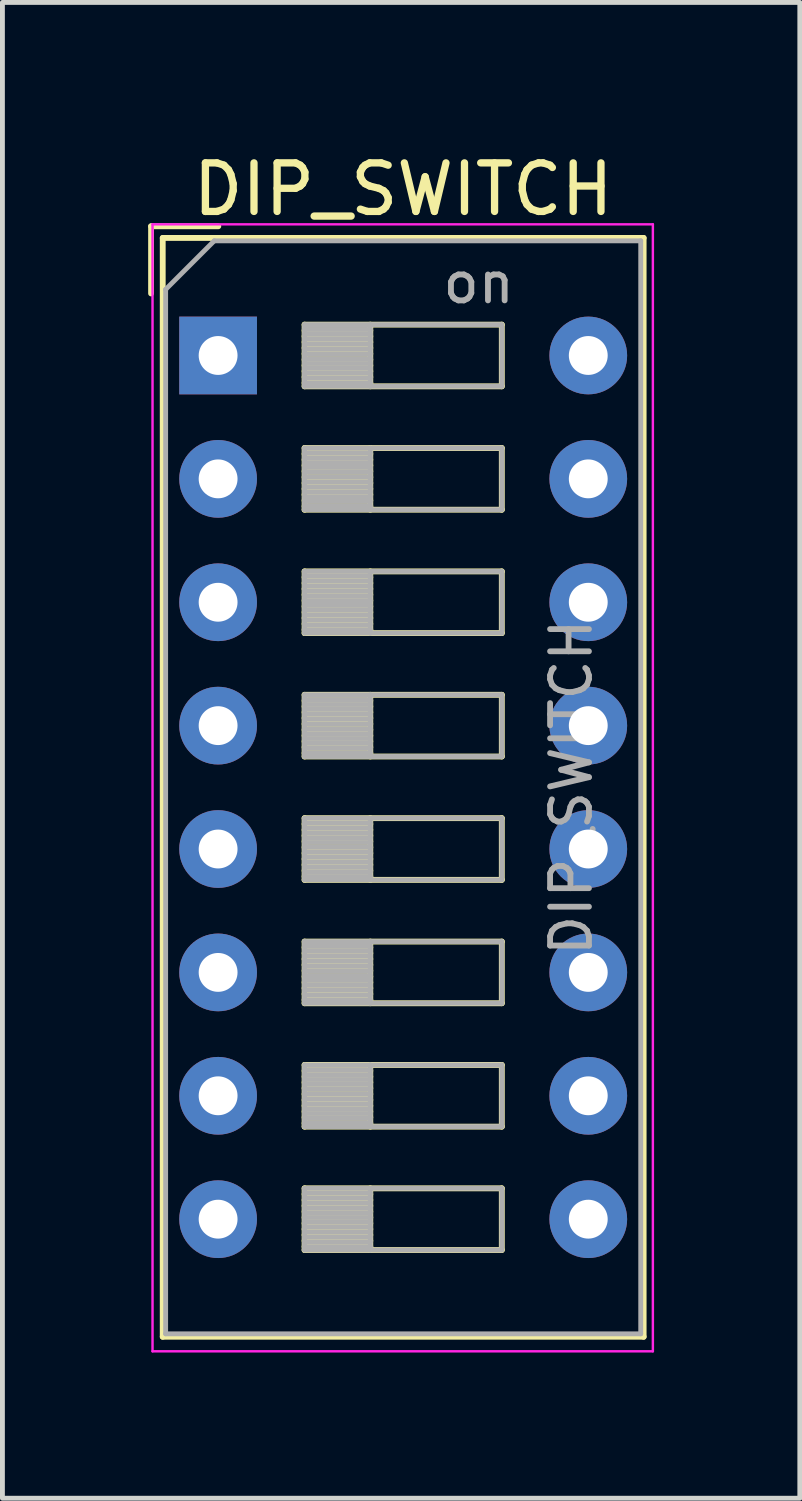
<source format=kicad_pcb>
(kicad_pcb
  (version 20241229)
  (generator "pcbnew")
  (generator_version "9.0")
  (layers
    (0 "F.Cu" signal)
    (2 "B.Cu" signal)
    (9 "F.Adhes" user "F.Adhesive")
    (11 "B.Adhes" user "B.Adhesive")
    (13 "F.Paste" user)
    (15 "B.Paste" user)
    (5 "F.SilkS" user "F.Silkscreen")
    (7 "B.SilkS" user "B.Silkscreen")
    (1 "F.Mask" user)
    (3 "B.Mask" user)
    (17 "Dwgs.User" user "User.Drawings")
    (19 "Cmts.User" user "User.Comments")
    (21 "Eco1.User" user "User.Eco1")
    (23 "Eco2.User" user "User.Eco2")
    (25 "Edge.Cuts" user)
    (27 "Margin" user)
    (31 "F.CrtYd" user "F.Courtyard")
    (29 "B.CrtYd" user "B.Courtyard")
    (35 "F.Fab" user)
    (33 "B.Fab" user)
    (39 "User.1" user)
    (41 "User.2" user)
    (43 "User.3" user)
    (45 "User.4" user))
  (footprint "DIP_SWITCH"
    (layer "F.Cu")
    (at 1.44 4.268)
    (property "Reference" "DIP_SWITCH" (at 3.81 -3.42 0) (layer "F.SilkS") (effects (font (size 1 1) (thickness 0.15))))
    (attr through_hole)
    (fp_line (start -1.38 -2.66) (end -1.38 -1.277) (stroke (width 0.12) (type solid)) (layer "F.SilkS"))
    (fp_line (start -1.38 -2.66) (end 0.004 -2.66) (stroke (width 0.12) (type solid)) (layer "F.SilkS"))
    (fp_line (start -1.14 -2.42) (end -1.14 20.201) (stroke (width 0.12) (type solid)) (layer "F.SilkS"))
    (fp_line (start -1.14 -2.42) (end 8.76 -2.42) (stroke (width 0.12) (type solid)) (layer "F.SilkS"))
    (fp_line (start -1.14 20.201) (end 8.76 20.201) (stroke (width 0.12) (type solid)) (layer "F.SilkS"))
    (fp_line (start 1.78 -0.635) (end 1.78 0.635) (stroke (width 0.12) (type solid)) (layer "F.SilkS"))
    (fp_line (start 1.78 -0.515) (end 3.133 -0.515) (stroke (width 0.12) (type solid)) (layer "F.SilkS"))
    (fp_line (start 1.78 -0.395) (end 3.133 -0.395) (stroke (width 0.12) (type solid)) (layer "F.SilkS"))
    (fp_line (start 1.78 -0.275) (end 3.133 -0.275) (stroke (width 0.12) (type solid)) (layer "F.SilkS"))
    (fp_line (start 1.78 -0.155) (end 3.133 -0.155) (stroke (width 0.12) (type solid)) (layer "F.SilkS"))
    (fp_line (start 1.78 -0.035) (end 3.133 -0.035) (stroke (width 0.12) (type solid)) (layer "F.SilkS"))
    (fp_line (start 1.78 0.085) (end 3.133 0.085) (stroke (width 0.12) (type solid)) (layer "F.SilkS"))
    (fp_line (start 1.78 0.205) (end 3.133 0.205) (stroke (width 0.12) (type solid)) (layer "F.SilkS"))
    (fp_line (start 1.78 0.325) (end 3.133 0.325) (stroke (width 0.12) (type solid)) (layer "F.SilkS"))
    (fp_line (start 1.78 0.445) (end 3.133 0.445) (stroke (width 0.12) (type solid)) (layer "F.SilkS"))
    (fp_line (start 1.78 0.565) (end 3.133 0.565) (stroke (width 0.12) (type solid)) (layer "F.SilkS"))
    (fp_line (start 1.78 0.635) (end 5.84 0.635) (stroke (width 0.12) (type solid)) (layer "F.SilkS"))
    (fp_line (start 1.78 1.905) (end 1.78 3.175) (stroke (width 0.12) (type solid)) (layer "F.SilkS"))
    (fp_line (start 1.78 2.025) (end 3.133 2.025) (stroke (width 0.12) (type solid)) (layer "F.SilkS"))
    (fp_line (start 1.78 2.145) (end 3.133 2.145) (stroke (width 0.12) (type solid)) (layer "F.SilkS"))
    (fp_line (start 1.78 2.265) (end 3.133 2.265) (stroke (width 0.12) (type solid)) (layer "F.SilkS"))
    (fp_line (start 1.78 2.385) (end 3.133 2.385) (stroke (width 0.12) (type solid)) (layer "F.SilkS"))
    (fp_line (start 1.78 2.505) (end 3.133 2.505) (stroke (width 0.12) (type solid)) (layer "F.SilkS"))
    (fp_line (start 1.78 2.625) (end 3.133 2.625) (stroke (width 0.12) (type solid)) (layer "F.SilkS"))
    (fp_line (start 1.78 2.745) (end 3.133 2.745) (stroke (width 0.12) (type solid)) (layer "F.SilkS"))
    (fp_line (start 1.78 2.865) (end 3.133 2.865) (stroke (width 0.12) (type solid)) (layer "F.SilkS"))
    (fp_line (start 1.78 2.985) (end 3.133 2.985) (stroke (width 0.12) (type solid)) (layer "F.SilkS"))
    (fp_line (start 1.78 3.105) (end 3.133 3.105) (stroke (width 0.12) (type solid)) (layer "F.SilkS"))
    (fp_line (start 1.78 3.175) (end 5.84 3.175) (stroke (width 0.12) (type solid)) (layer "F.SilkS"))
    (fp_line (start 1.78 4.445) (end 1.78 5.715) (stroke (width 0.12) (type solid)) (layer "F.SilkS"))
    (fp_line (start 1.78 4.565) (end 3.133 4.565) (stroke (width 0.12) (type solid)) (layer "F.SilkS"))
    (fp_line (start 1.78 4.685) (end 3.133 4.685) (stroke (width 0.12) (type solid)) (layer "F.SilkS"))
    (fp_line (start 1.78 4.805) (end 3.133 4.805) (stroke (width 0.12) (type solid)) (layer "F.SilkS"))
    (fp_line (start 1.78 4.925) (end 3.133 4.925) (stroke (width 0.12) (type solid)) (layer "F.SilkS"))
    (fp_line (start 1.78 5.045) (end 3.133 5.045) (stroke (width 0.12) (type solid)) (layer "F.SilkS"))
    (fp_line (start 1.78 5.165) (end 3.133 5.165) (stroke (width 0.12) (type solid)) (layer "F.SilkS"))
    (fp_line (start 1.78 5.285) (end 3.133 5.285) (stroke (width 0.12) (type solid)) (layer "F.SilkS"))
    (fp_line (start 1.78 5.405) (end 3.133 5.405) (stroke (width 0.12) (type solid)) (layer "F.SilkS"))
    (fp_line (start 1.78 5.525) (end 3.133 5.525) (stroke (width 0.12) (type solid)) (layer "F.SilkS"))
    (fp_line (start 1.78 5.645) (end 3.133 5.645) (stroke (width 0.12) (type solid)) (layer "F.SilkS"))
    (fp_line (start 1.78 5.715) (end 5.84 5.715) (stroke (width 0.12) (type solid)) (layer "F.SilkS"))
    (fp_line (start 1.78 6.985) (end 1.78 8.255) (stroke (width 0.12) (type solid)) (layer "F.SilkS"))
    (fp_line (start 1.78 7.105) (end 3.133 7.105) (stroke (width 0.12) (type solid)) (layer "F.SilkS"))
    (fp_line (start 1.78 7.225) (end 3.133 7.225) (stroke (width 0.12) (type solid)) (layer "F.SilkS"))
    (fp_line (start 1.78 7.345) (end 3.133 7.345) (stroke (width 0.12) (type solid)) (layer "F.SilkS"))
    (fp_line (start 1.78 7.465) (end 3.133 7.465) (stroke (width 0.12) (type solid)) (layer "F.SilkS"))
    (fp_line (start 1.78 7.585) (end 3.133 7.585) (stroke (width 0.12) (type solid)) (layer "F.SilkS"))
    (fp_line (start 1.78 7.705) (end 3.133 7.705) (stroke (width 0.12) (type solid)) (layer "F.SilkS"))
    (fp_line (start 1.78 7.825) (end 3.133 7.825) (stroke (width 0.12) (type solid)) (layer "F.SilkS"))
    (fp_line (start 1.78 7.945) (end 3.133 7.945) (stroke (width 0.12) (type solid)) (layer "F.SilkS"))
    (fp_line (start 1.78 8.065) (end 3.133 8.065) (stroke (width 0.12) (type solid)) (layer "F.SilkS"))
    (fp_line (start 1.78 8.185) (end 3.133 8.185) (stroke (width 0.12) (type solid)) (layer "F.SilkS"))
    (fp_line (start 1.78 8.255) (end 5.84 8.255) (stroke (width 0.12) (type solid)) (layer "F.SilkS"))
    (fp_line (start 1.78 9.525) (end 1.78 10.795) (stroke (width 0.12) (type solid)) (layer "F.SilkS"))
    (fp_line (start 1.78 9.645) (end 3.133 9.645) (stroke (width 0.12) (type solid)) (layer "F.SilkS"))
    (fp_line (start 1.78 9.765) (end 3.133 9.765) (stroke (width 0.12) (type solid)) (layer "F.SilkS"))
    (fp_line (start 1.78 9.885) (end 3.133 9.885) (stroke (width 0.12) (type solid)) (layer "F.SilkS"))
    (fp_line (start 1.78 10.005) (end 3.133 10.005) (stroke (width 0.12) (type solid)) (layer "F.SilkS"))
    (fp_line (start 1.78 10.125) (end 3.133 10.125) (stroke (width 0.12) (type solid)) (layer "F.SilkS"))
    (fp_line (start 1.78 10.245) (end 3.133 10.245) (stroke (width 0.12) (type solid)) (layer "F.SilkS"))
    (fp_line (start 1.78 10.365) (end 3.133 10.365) (stroke (width 0.12) (type solid)) (layer "F.SilkS"))
    (fp_line (start 1.78 10.485) (end 3.133 10.485) (stroke (width 0.12) (type solid)) (layer "F.SilkS"))
    (fp_line (start 1.78 10.605) (end 3.133 10.605) (stroke (width 0.12) (type solid)) (layer "F.SilkS"))
    (fp_line (start 1.78 10.725) (end 3.133 10.725) (stroke (width 0.12) (type solid)) (layer "F.SilkS"))
    (fp_line (start 1.78 10.795) (end 5.84 10.795) (stroke (width 0.12) (type solid)) (layer "F.SilkS"))
    (fp_line (start 1.78 12.065) (end 1.78 13.335) (stroke (width 0.12) (type solid)) (layer "F.SilkS"))
    (fp_line (start 1.78 12.185) (end 3.133 12.185) (stroke (width 0.12) (type solid)) (layer "F.SilkS"))
    (fp_line (start 1.78 12.305) (end 3.133 12.305) (stroke (width 0.12) (type solid)) (layer "F.SilkS"))
    (fp_line (start 1.78 12.425) (end 3.133 12.425) (stroke (width 0.12) (type solid)) (layer "F.SilkS"))
    (fp_line (start 1.78 12.545) (end 3.133 12.545) (stroke (width 0.12) (type solid)) (layer "F.SilkS"))
    (fp_line (start 1.78 12.665) (end 3.133 12.665) (stroke (width 0.12) (type solid)) (layer "F.SilkS"))
    (fp_line (start 1.78 12.785) (end 3.133 12.785) (stroke (width 0.12) (type solid)) (layer "F.SilkS"))
    (fp_line (start 1.78 12.905) (end 3.133 12.905) (stroke (width 0.12) (type solid)) (layer "F.SilkS"))
    (fp_line (start 1.78 13.025) (end 3.133 13.025) (stroke (width 0.12) (type solid)) (layer "F.SilkS"))
    (fp_line (start 1.78 13.145) (end 3.133 13.145) (stroke (width 0.12) (type solid)) (layer "F.SilkS"))
    (fp_line (start 1.78 13.265) (end 3.133 13.265) (stroke (width 0.12) (type solid)) (layer "F.SilkS"))
    (fp_line (start 1.78 13.335) (end 5.84 13.335) (stroke (width 0.12) (type solid)) (layer "F.SilkS"))
    (fp_line (start 1.78 14.605) (end 1.78 15.875) (stroke (width 0.12) (type solid)) (layer "F.SilkS"))
    (fp_line (start 1.78 14.725) (end 3.133 14.725) (stroke (width 0.12) (type solid)) (layer "F.SilkS"))
    (fp_line (start 1.78 14.845) (end 3.133 14.845) (stroke (width 0.12) (type solid)) (layer "F.SilkS"))
    (fp_line (start 1.78 14.965) (end 3.133 14.965) (stroke (width 0.12) (type solid)) (layer "F.SilkS"))
    (fp_line (start 1.78 15.085) (end 3.133 15.085) (stroke (width 0.12) (type solid)) (layer "F.SilkS"))
    (fp_line (start 1.78 15.205) (end 3.133 15.205) (stroke (width 0.12) (type solid)) (layer "F.SilkS"))
    (fp_line (start 1.78 15.325) (end 3.133 15.325) (stroke (width 0.12) (type solid)) (layer "F.SilkS"))
    (fp_line (start 1.78 15.445) (end 3.133 15.445) (stroke (width 0.12) (type solid)) (layer "F.SilkS"))
    (fp_line (start 1.78 15.565) (end 3.133 15.565) (stroke (width 0.12) (type solid)) (layer "F.SilkS"))
    (fp_line (start 1.78 15.685) (end 3.133 15.685) (stroke (width 0.12) (type solid)) (layer "F.SilkS"))
    (fp_line (start 1.78 15.805) (end 3.133 15.805) (stroke (width 0.12) (type solid)) (layer "F.SilkS"))
    (fp_line (start 1.78 15.875) (end 5.84 15.875) (stroke (width 0.12) (type solid)) (layer "F.SilkS"))
    (fp_line (start 1.78 17.145) (end 1.78 18.415) (stroke (width 0.12) (type solid)) (layer "F.SilkS"))
    (fp_line (start 1.78 17.265) (end 3.133 17.265) (stroke (width 0.12) (type solid)) (layer "F.SilkS"))
    (fp_line (start 1.78 17.385) (end 3.133 17.385) (stroke (width 0.12) (type solid)) (layer "F.SilkS"))
    (fp_line (start 1.78 17.505) (end 3.133 17.505) (stroke (width 0.12) (type solid)) (layer "F.SilkS"))
    (fp_line (start 1.78 17.625) (end 3.133 17.625) (stroke (width 0.12) (type solid)) (layer "F.SilkS"))
    (fp_line (start 1.78 17.745) (end 3.133 17.745) (stroke (width 0.12) (type solid)) (layer "F.SilkS"))
    (fp_line (start 1.78 17.865) (end 3.133 17.865) (stroke (width 0.12) (type solid)) (layer "F.SilkS"))
    (fp_line (start 1.78 17.985) (end 3.133 17.985) (stroke (width 0.12) (type solid)) (layer "F.SilkS"))
    (fp_line (start 1.78 18.105) (end 3.133 18.105) (stroke (width 0.12) (type solid)) (layer "F.SilkS"))
    (fp_line (start 1.78 18.225) (end 3.133 18.225) (stroke (width 0.12) (type solid)) (layer "F.SilkS"))
    (fp_line (start 1.78 18.345) (end 3.133 18.345) (stroke (width 0.12) (type solid)) (layer "F.SilkS"))
    (fp_line (start 1.78 18.415) (end 5.84 18.415) (stroke (width 0.12) (type solid)) (layer "F.SilkS"))
    (fp_line (start 3.133 -0.635) (end 3.133 0.635) (stroke (width 0.12) (type solid)) (layer "F.SilkS"))
    (fp_line (start 3.133 1.905) (end 3.133 3.175) (stroke (width 0.12) (type solid)) (layer "F.SilkS"))
    (fp_line (start 3.133 4.445) (end 3.133 5.715) (stroke (width 0.12) (type solid)) (layer "F.SilkS"))
    (fp_line (start 3.133 6.985) (end 3.133 8.255) (stroke (width 0.12) (type solid)) (layer "F.SilkS"))
    (fp_line (start 3.133 9.525) (end 3.133 10.795) (stroke (width 0.12) (type solid)) (layer "F.SilkS"))
    (fp_line (start 3.133 12.065) (end 3.133 13.335) (stroke (width 0.12) (type solid)) (layer "F.SilkS"))
    (fp_line (start 3.133 14.605) (end 3.133 15.875) (stroke (width 0.12) (type solid)) (layer "F.SilkS"))
    (fp_line (start 3.133 17.145) (end 3.133 18.415) (stroke (width 0.12) (type solid)) (layer "F.SilkS"))
    (fp_line (start 5.84 -0.635) (end 1.78 -0.635) (stroke (width 0.12) (type solid)) (layer "F.SilkS"))
    (fp_line (start 5.84 0.635) (end 5.84 -0.635) (stroke (width 0.12) (type solid)) (layer "F.SilkS"))
    (fp_line (start 5.84 1.905) (end 1.78 1.905) (stroke (width 0.12) (type solid)) (layer "F.SilkS"))
    (fp_line (start 5.84 3.175) (end 5.84 1.905) (stroke (width 0.12) (type solid)) (layer "F.SilkS"))
    (fp_line (start 5.84 4.445) (end 1.78 4.445) (stroke (width 0.12) (type solid)) (layer "F.SilkS"))
    (fp_line (start 5.84 5.715) (end 5.84 4.445) (stroke (width 0.12) (type solid)) (layer "F.SilkS"))
    (fp_line (start 5.84 6.985) (end 1.78 6.985) (stroke (width 0.12) (type solid)) (layer "F.SilkS"))
    (fp_line (start 5.84 8.255) (end 5.84 6.985) (stroke (width 0.12) (type solid)) (layer "F.SilkS"))
    (fp_line (start 5.84 9.525) (end 1.78 9.525) (stroke (width 0.12) (type solid)) (layer "F.SilkS"))
    (fp_line (start 5.84 10.795) (end 5.84 9.525) (stroke (width 0.12) (type solid)) (layer "F.SilkS"))
    (fp_line (start 5.84 12.065) (end 1.78 12.065) (stroke (width 0.12) (type solid)) (layer "F.SilkS"))
    (fp_line (start 5.84 13.335) (end 5.84 12.065) (stroke (width 0.12) (type solid)) (layer "F.SilkS"))
    (fp_line (start 5.84 14.605) (end 1.78 14.605) (stroke (width 0.12) (type solid)) (layer "F.SilkS"))
    (fp_line (start 5.84 15.875) (end 5.84 14.605) (stroke (width 0.12) (type solid)) (layer "F.SilkS"))
    (fp_line (start 5.84 17.145) (end 1.78 17.145) (stroke (width 0.12) (type solid)) (layer "F.SilkS"))
    (fp_line (start 5.84 18.415) (end 5.84 17.145) (stroke (width 0.12) (type solid)) (layer "F.SilkS"))
    (fp_line (start 8.76 -2.42) (end 8.76 20.201) (stroke (width 0.12) (type solid)) (layer "F.SilkS"))
    (fp_line (start -1.35 -2.7) (end -1.35 20.5) (stroke (width 0.05) (type solid)) (layer "F.CrtYd"))
    (fp_line (start -1.35 20.5) (end 8.95 20.5) (stroke (width 0.05) (type solid)) (layer "F.CrtYd"))
    (fp_line (start 8.95 -2.7) (end -1.35 -2.7) (stroke (width 0.05) (type solid)) (layer "F.CrtYd"))
    (fp_line (start 8.95 20.5) (end 8.95 -2.7) (stroke (width 0.05) (type solid)) (layer "F.CrtYd"))
    (fp_line (start -1.08 -1.36) (end -0.08 -2.36) (stroke (width 0.1) (type solid)) (layer "F.Fab"))
    (fp_line (start -1.08 20.14) (end -1.08 -1.36) (stroke (width 0.1) (type solid)) (layer "F.Fab"))
    (fp_line (start -0.08 -2.36) (end 8.7 -2.36) (stroke (width 0.1) (type solid)) (layer "F.Fab"))
    (fp_line (start 1.78 -0.635) (end 1.78 0.635) (stroke (width 0.1) (type solid)) (layer "F.Fab"))
    (fp_line (start 1.78 -0.535) (end 3.133 -0.535) (stroke (width 0.1) (type solid)) (layer "F.Fab"))
    (fp_line (start 1.78 -0.435) (end 3.133 -0.435) (stroke (width 0.1) (type solid)) (layer "F.Fab"))
    (fp_line (start 1.78 -0.335) (end 3.133 -0.335) (stroke (width 0.1) (type solid)) (layer "F.Fab"))
    (fp_line (start 1.78 -0.235) (end 3.133 -0.235) (stroke (width 0.1) (type solid)) (layer "F.Fab"))
    (fp_line (start 1.78 -0.135) (end 3.133 -0.135) (stroke (width 0.1) (type solid)) (layer "F.Fab"))
    (fp_line (start 1.78 -0.035) (end 3.133 -0.035) (stroke (width 0.1) (type solid)) (layer "F.Fab"))
    (fp_line (start 1.78 0.065) (end 3.133 0.065) (stroke (width 0.1) (type solid)) (layer "F.Fab"))
    (fp_line (start 1.78 0.165) (end 3.133 0.165) (stroke (width 0.1) (type solid)) (layer "F.Fab"))
    (fp_line (start 1.78 0.265) (end 3.133 0.265) (stroke (width 0.1) (type solid)) (layer "F.Fab"))
    (fp_line (start 1.78 0.365) (end 3.133 0.365) (stroke (width 0.1) (type solid)) (layer "F.Fab"))
    (fp_line (start 1.78 0.465) (end 3.133 0.465) (stroke (width 0.1) (type solid)) (layer "F.Fab"))
    (fp_line (start 1.78 0.565) (end 3.133 0.565) (stroke (width 0.1) (type solid)) (layer "F.Fab"))
    (fp_line (start 1.78 0.635) (end 5.84 0.635) (stroke (width 0.1) (type solid)) (layer "F.Fab"))
    (fp_line (start 1.78 1.905) (end 1.78 3.175) (stroke (width 0.1) (type solid)) (layer "F.Fab"))
    (fp_line (start 1.78 2.005) (end 3.133 2.005) (stroke (width 0.1) (type solid)) (layer "F.Fab"))
    (fp_line (start 1.78 2.105) (end 3.133 2.105) (stroke (width 0.1) (type solid)) (layer "F.Fab"))
    (fp_line (start 1.78 2.205) (end 3.133 2.205) (stroke (width 0.1) (type solid)) (layer "F.Fab"))
    (fp_line (start 1.78 2.305) (end 3.133 2.305) (stroke (width 0.1) (type solid)) (layer "F.Fab"))
    (fp_line (start 1.78 2.405) (end 3.133 2.405) (stroke (width 0.1) (type solid)) (layer "F.Fab"))
    (fp_line (start 1.78 2.505) (end 3.133 2.505) (stroke (width 0.1) (type solid)) (layer "F.Fab"))
    (fp_line (start 1.78 2.605) (end 3.133 2.605) (stroke (width 0.1) (type solid)) (layer "F.Fab"))
    (fp_line (start 1.78 2.705) (end 3.133 2.705) (stroke (width 0.1) (type solid)) (layer "F.Fab"))
    (fp_line (start 1.78 2.805) (end 3.133 2.805) (stroke (width 0.1) (type solid)) (layer "F.Fab"))
    (fp_line (start 1.78 2.905) (end 3.133 2.905) (stroke (width 0.1) (type solid)) (layer "F.Fab"))
    (fp_line (start 1.78 3.005) (end 3.133 3.005) (stroke (width 0.1) (type solid)) (layer "F.Fab"))
    (fp_line (start 1.78 3.105) (end 3.133 3.105) (stroke (width 0.1) (type solid)) (layer "F.Fab"))
    (fp_line (start 1.78 3.175) (end 5.84 3.175) (stroke (width 0.1) (type solid)) (layer "F.Fab"))
    (fp_line (start 1.78 4.445) (end 1.78 5.715) (stroke (width 0.1) (type solid)) (layer "F.Fab"))
    (fp_line (start 1.78 4.545) (end 3.133 4.545) (stroke (width 0.1) (type solid)) (layer "F.Fab"))
    (fp_line (start 1.78 4.645) (end 3.133 4.645) (stroke (width 0.1) (type solid)) (layer "F.Fab"))
    (fp_line (start 1.78 4.745) (end 3.133 4.745) (stroke (width 0.1) (type solid)) (layer "F.Fab"))
    (fp_line (start 1.78 4.845) (end 3.133 4.845) (stroke (width 0.1) (type solid)) (layer "F.Fab"))
    (fp_line (start 1.78 4.945) (end 3.133 4.945) (stroke (width 0.1) (type solid)) (layer "F.Fab"))
    (fp_line (start 1.78 5.045) (end 3.133 5.045) (stroke (width 0.1) (type solid)) (layer "F.Fab"))
    (fp_line (start 1.78 5.145) (end 3.133 5.145) (stroke (width 0.1) (type solid)) (layer "F.Fab"))
    (fp_line (start 1.78 5.245) (end 3.133 5.245) (stroke (width 0.1) (type solid)) (layer "F.Fab"))
    (fp_line (start 1.78 5.345) (end 3.133 5.345) (stroke (width 0.1) (type solid)) (layer "F.Fab"))
    (fp_line (start 1.78 5.445) (end 3.133 5.445) (stroke (width 0.1) (type solid)) (layer "F.Fab"))
    (fp_line (start 1.78 5.545) (end 3.133 5.545) (stroke (width 0.1) (type solid)) (layer "F.Fab"))
    (fp_line (start 1.78 5.645) (end 3.133 5.645) (stroke (width 0.1) (type solid)) (layer "F.Fab"))
    (fp_line (start 1.78 5.715) (end 5.84 5.715) (stroke (width 0.1) (type solid)) (layer "F.Fab"))
    (fp_line (start 1.78 6.985) (end 1.78 8.255) (stroke (width 0.1) (type solid)) (layer "F.Fab"))
    (fp_line (start 1.78 7.085) (end 3.133 7.085) (stroke (width 0.1) (type solid)) (layer "F.Fab"))
    (fp_line (start 1.78 7.185) (end 3.133 7.185) (stroke (width 0.1) (type solid)) (layer "F.Fab"))
    (fp_line (start 1.78 7.285) (end 3.133 7.285) (stroke (width 0.1) (type solid)) (layer "F.Fab"))
    (fp_line (start 1.78 7.385) (end 3.133 7.385) (stroke (width 0.1) (type solid)) (layer "F.Fab"))
    (fp_line (start 1.78 7.485) (end 3.133 7.485) (stroke (width 0.1) (type solid)) (layer "F.Fab"))
    (fp_line (start 1.78 7.585) (end 3.133 7.585) (stroke (width 0.1) (type solid)) (layer "F.Fab"))
    (fp_line (start 1.78 7.685) (end 3.133 7.685) (stroke (width 0.1) (type solid)) (layer "F.Fab"))
    (fp_line (start 1.78 7.785) (end 3.133 7.785) (stroke (width 0.1) (type solid)) (layer "F.Fab"))
    (fp_line (start 1.78 7.885) (end 3.133 7.885) (stroke (width 0.1) (type solid)) (layer "F.Fab"))
    (fp_line (start 1.78 7.985) (end 3.133 7.985) (stroke (width 0.1) (type solid)) (layer "F.Fab"))
    (fp_line (start 1.78 8.085) (end 3.133 8.085) (stroke (width 0.1) (type solid)) (layer "F.Fab"))
    (fp_line (start 1.78 8.185) (end 3.133 8.185) (stroke (width 0.1) (type solid)) (layer "F.Fab"))
    (fp_line (start 1.78 8.255) (end 5.84 8.255) (stroke (width 0.1) (type solid)) (layer "F.Fab"))
    (fp_line (start 1.78 9.525) (end 1.78 10.795) (stroke (width 0.1) (type solid)) (layer "F.Fab"))
    (fp_line (start 1.78 9.625) (end 3.133 9.625) (stroke (width 0.1) (type solid)) (layer "F.Fab"))
    (fp_line (start 1.78 9.725) (end 3.133 9.725) (stroke (width 0.1) (type solid)) (layer "F.Fab"))
    (fp_line (start 1.78 9.825) (end 3.133 9.825) (stroke (width 0.1) (type solid)) (layer "F.Fab"))
    (fp_line (start 1.78 9.925) (end 3.133 9.925) (stroke (width 0.1) (type solid)) (layer "F.Fab"))
    (fp_line (start 1.78 10.025) (end 3.133 10.025) (stroke (width 0.1) (type solid)) (layer "F.Fab"))
    (fp_line (start 1.78 10.125) (end 3.133 10.125) (stroke (width 0.1) (type solid)) (layer "F.Fab"))
    (fp_line (start 1.78 10.225) (end 3.133 10.225) (stroke (width 0.1) (type solid)) (layer "F.Fab"))
    (fp_line (start 1.78 10.325) (end 3.133 10.325) (stroke (width 0.1) (type solid)) (layer "F.Fab"))
    (fp_line (start 1.78 10.425) (end 3.133 10.425) (stroke (width 0.1) (type solid)) (layer "F.Fab"))
    (fp_line (start 1.78 10.525) (end 3.133 10.525) (stroke (width 0.1) (type solid)) (layer "F.Fab"))
    (fp_line (start 1.78 10.625) (end 3.133 10.625) (stroke (width 0.1) (type solid)) (layer "F.Fab"))
    (fp_line (start 1.78 10.725) (end 3.133 10.725) (stroke (width 0.1) (type solid)) (layer "F.Fab"))
    (fp_line (start 1.78 10.795) (end 5.84 10.795) (stroke (width 0.1) (type solid)) (layer "F.Fab"))
    (fp_line (start 1.78 12.065) (end 1.78 13.335) (stroke (width 0.1) (type solid)) (layer "F.Fab"))
    (fp_line (start 1.78 12.165) (end 3.133 12.165) (stroke (width 0.1) (type solid)) (layer "F.Fab"))
    (fp_line (start 1.78 12.265) (end 3.133 12.265) (stroke (width 0.1) (type solid)) (layer "F.Fab"))
    (fp_line (start 1.78 12.365) (end 3.133 12.365) (stroke (width 0.1) (type solid)) (layer "F.Fab"))
    (fp_line (start 1.78 12.465) (end 3.133 12.465) (stroke (width 0.1) (type solid)) (layer "F.Fab"))
    (fp_line (start 1.78 12.565) (end 3.133 12.565) (stroke (width 0.1) (type solid)) (layer "F.Fab"))
    (fp_line (start 1.78 12.665) (end 3.133 12.665) (stroke (width 0.1) (type solid)) (layer "F.Fab"))
    (fp_line (start 1.78 12.765) (end 3.133 12.765) (stroke (width 0.1) (type solid)) (layer "F.Fab"))
    (fp_line (start 1.78 12.865) (end 3.133 12.865) (stroke (width 0.1) (type solid)) (layer "F.Fab"))
    (fp_line (start 1.78 12.965) (end 3.133 12.965) (stroke (width 0.1) (type solid)) (layer "F.Fab"))
    (fp_line (start 1.78 13.065) (end 3.133 13.065) (stroke (width 0.1) (type solid)) (layer "F.Fab"))
    (fp_line (start 1.78 13.165) (end 3.133 13.165) (stroke (width 0.1) (type solid)) (layer "F.Fab"))
    (fp_line (start 1.78 13.265) (end 3.133 13.265) (stroke (width 0.1) (type solid)) (layer "F.Fab"))
    (fp_line (start 1.78 13.335) (end 5.84 13.335) (stroke (width 0.1) (type solid)) (layer "F.Fab"))
    (fp_line (start 1.78 14.605) (end 1.78 15.875) (stroke (width 0.1) (type solid)) (layer "F.Fab"))
    (fp_line (start 1.78 14.705) (end 3.133 14.705) (stroke (width 0.1) (type solid)) (layer "F.Fab"))
    (fp_line (start 1.78 14.805) (end 3.133 14.805) (stroke (width 0.1) (type solid)) (layer "F.Fab"))
    (fp_line (start 1.78 14.905) (end 3.133 14.905) (stroke (width 0.1) (type solid)) (layer "F.Fab"))
    (fp_line (start 1.78 15.005) (end 3.133 15.005) (stroke (width 0.1) (type solid)) (layer "F.Fab"))
    (fp_line (start 1.78 15.105) (end 3.133 15.105) (stroke (width 0.1) (type solid)) (layer "F.Fab"))
    (fp_line (start 1.78 15.205) (end 3.133 15.205) (stroke (width 0.1) (type solid)) (layer "F.Fab"))
    (fp_line (start 1.78 15.305) (end 3.133 15.305) (stroke (width 0.1) (type solid)) (layer "F.Fab"))
    (fp_line (start 1.78 15.405) (end 3.133 15.405) (stroke (width 0.1) (type solid)) (layer "F.Fab"))
    (fp_line (start 1.78 15.505) (end 3.133 15.505) (stroke (width 0.1) (type solid)) (layer "F.Fab"))
    (fp_line (start 1.78 15.605) (end 3.133 15.605) (stroke (width 0.1) (type solid)) (layer "F.Fab"))
    (fp_line (start 1.78 15.705) (end 3.133 15.705) (stroke (width 0.1) (type solid)) (layer "F.Fab"))
    (fp_line (start 1.78 15.805) (end 3.133 15.805) (stroke (width 0.1) (type solid)) (layer "F.Fab"))
    (fp_line (start 1.78 15.875) (end 5.84 15.875) (stroke (width 0.1) (type solid)) (layer "F.Fab"))
    (fp_line (start 1.78 17.145) (end 1.78 18.415) (stroke (width 0.1) (type solid)) (layer "F.Fab"))
    (fp_line (start 1.78 17.245) (end 3.133 17.245) (stroke (width 0.1) (type solid)) (layer "F.Fab"))
    (fp_line (start 1.78 17.345) (end 3.133 17.345) (stroke (width 0.1) (type solid)) (layer "F.Fab"))
    (fp_line (start 1.78 17.445) (end 3.133 17.445) (stroke (width 0.1) (type solid)) (layer "F.Fab"))
    (fp_line (start 1.78 17.545) (end 3.133 17.545) (stroke (width 0.1) (type solid)) (layer "F.Fab"))
    (fp_line (start 1.78 17.645) (end 3.133 17.645) (stroke (width 0.1) (type solid)) (layer "F.Fab"))
    (fp_line (start 1.78 17.745) (end 3.133 17.745) (stroke (width 0.1) (type solid)) (layer "F.Fab"))
    (fp_line (start 1.78 17.845) (end 3.133 17.845) (stroke (width 0.1) (type solid)) (layer "F.Fab"))
    (fp_line (start 1.78 17.945) (end 3.133 17.945) (stroke (width 0.1) (type solid)) (layer "F.Fab"))
    (fp_line (start 1.78 18.045) (end 3.133 18.045) (stroke (width 0.1) (type solid)) (layer "F.Fab"))
    (fp_line (start 1.78 18.145) (end 3.133 18.145) (stroke (width 0.1) (type solid)) (layer "F.Fab"))
    (fp_line (start 1.78 18.245) (end 3.133 18.245) (stroke (width 0.1) (type solid)) (layer "F.Fab"))
    (fp_line (start 1.78 18.345) (end 3.133 18.345) (stroke (width 0.1) (type solid)) (layer "F.Fab"))
    (fp_line (start 1.78 18.415) (end 5.84 18.415) (stroke (width 0.1) (type solid)) (layer "F.Fab"))
    (fp_line (start 3.133 -0.635) (end 3.133 0.635) (stroke (width 0.1) (type solid)) (layer "F.Fab"))
    (fp_line (start 3.133 1.905) (end 3.133 3.175) (stroke (width 0.1) (type solid)) (layer "F.Fab"))
    (fp_line (start 3.133 4.445) (end 3.133 5.715) (stroke (width 0.1) (type solid)) (layer "F.Fab"))
    (fp_line (start 3.133 6.985) (end 3.133 8.255) (stroke (width 0.1) (type solid)) (layer "F.Fab"))
    (fp_line (start 3.133 9.525) (end 3.133 10.795) (stroke (width 0.1) (type solid)) (layer "F.Fab"))
    (fp_line (start 3.133 12.065) (end 3.133 13.335) (stroke (width 0.1) (type solid)) (layer "F.Fab"))
    (fp_line (start 3.133 14.605) (end 3.133 15.875) (stroke (width 0.1) (type solid)) (layer "F.Fab"))
    (fp_line (start 3.133 17.145) (end 3.133 18.415) (stroke (width 0.1) (type solid)) (layer "F.Fab"))
    (fp_line (start 5.84 -0.635) (end 1.78 -0.635) (stroke (width 0.1) (type solid)) (layer "F.Fab"))
    (fp_line (start 5.84 0.635) (end 5.84 -0.635) (stroke (width 0.1) (type solid)) (layer "F.Fab"))
    (fp_line (start 5.84 1.905) (end 1.78 1.905) (stroke (width 0.1) (type solid)) (layer "F.Fab"))
    (fp_line (start 5.84 3.175) (end 5.84 1.905) (stroke (width 0.1) (type solid)) (layer "F.Fab"))
    (fp_line (start 5.84 4.445) (end 1.78 4.445) (stroke (width 0.1) (type solid)) (layer "F.Fab"))
    (fp_line (start 5.84 5.715) (end 5.84 4.445) (stroke (width 0.1) (type solid)) (layer "F.Fab"))
    (fp_line (start 5.84 6.985) (end 1.78 6.985) (stroke (width 0.1) (type solid)) (layer "F.Fab"))
    (fp_line (start 5.84 8.255) (end 5.84 6.985) (stroke (width 0.1) (type solid)) (layer "F.Fab"))
    (fp_line (start 5.84 9.525) (end 1.78 9.525) (stroke (width 0.1) (type solid)) (layer "F.Fab"))
    (fp_line (start 5.84 10.795) (end 5.84 9.525) (stroke (width 0.1) (type solid)) (layer "F.Fab"))
    (fp_line (start 5.84 12.065) (end 1.78 12.065) (stroke (width 0.1) (type solid)) (layer "F.Fab"))
    (fp_line (start 5.84 13.335) (end 5.84 12.065) (stroke (width 0.1) (type solid)) (layer "F.Fab"))
    (fp_line (start 5.84 14.605) (end 1.78 14.605) (stroke (width 0.1) (type solid)) (layer "F.Fab"))
    (fp_line (start 5.84 15.875) (end 5.84 14.605) (stroke (width 0.1) (type solid)) (layer "F.Fab"))
    (fp_line (start 5.84 17.145) (end 1.78 17.145) (stroke (width 0.1) (type solid)) (layer "F.Fab"))
    (fp_line (start 5.84 18.415) (end 5.84 17.145) (stroke (width 0.1) (type solid)) (layer "F.Fab"))
    (fp_line (start 8.7 -2.36) (end 8.7 20.14) (stroke (width 0.1) (type solid)) (layer "F.Fab"))
    (fp_line (start 8.7 20.14) (end -1.08 20.14) (stroke (width 0.1) (type solid)) (layer "F.Fab"))
    (fp_text user "on" (at 5.365 -1.498 0) (layer "F.Fab") (effects (font (size 0.8 0.8) (thickness 0.12))))
    (fp_text user "${REFERENCE}" (at 7.27 8.89 90) (layer "F.Fab") (effects (font (size 0.8 0.8) (thickness 0.12))))
    (pad "1" thru_hole rect (at 0 0) (size 1.6 1.6) (drill 0.8) (layers "*.Cu" "*.Mask"))
    (pad "2" thru_hole oval (at 0 2.54) (size 1.6 1.6) (drill 0.8) (layers "*.Cu" "*.Mask"))
    (pad "3" thru_hole oval (at 0 5.08) (size 1.6 1.6) (drill 0.8) (layers "*.Cu" "*.Mask"))
    (pad "4" thru_hole oval (at 0 7.62) (size 1.6 1.6) (drill 0.8) (layers "*.Cu" "*.Mask"))
    (pad "5" thru_hole oval (at 0 10.16) (size 1.6 1.6) (drill 0.8) (layers "*.Cu" "*.Mask"))
    (pad "6" thru_hole oval (at 0 12.7) (size 1.6 1.6) (drill 0.8) (layers "*.Cu" "*.Mask"))
    (pad "7" thru_hole oval (at 0 15.24) (size 1.6 1.6) (drill 0.8) (layers "*.Cu" "*.Mask"))
    (pad "8" thru_hole oval (at 0 17.78) (size 1.6 1.6) (drill 0.8) (layers "*.Cu" "*.Mask"))
    (pad "9" thru_hole oval (at 7.62 17.78) (size 1.6 1.6) (drill 0.8) (layers "*.Cu" "*.Mask"))
    (pad "10" thru_hole oval (at 7.62 15.24) (size 1.6 1.6) (drill 0.8) (layers "*.Cu" "*.Mask"))
    (pad "11" thru_hole oval (at 7.62 12.7) (size 1.6 1.6) (drill 0.8) (layers "*.Cu" "*.Mask"))
    (pad "12" thru_hole oval (at 7.62 10.16) (size 1.6 1.6) (drill 0.8) (layers "*.Cu" "*.Mask"))
    (pad "13" thru_hole oval (at 7.62 7.62) (size 1.6 1.6) (drill 0.8) (layers "*.Cu" "*.Mask"))
    (pad "14" thru_hole oval (at 7.62 5.08) (size 1.6 1.6) (drill 0.8) (layers "*.Cu" "*.Mask"))
    (pad "15" thru_hole oval (at 7.62 2.54) (size 1.6 1.6) (drill 0.8) (layers "*.Cu" "*.Mask"))
    (pad "16" thru_hole oval (at 7.62 0) (size 1.6 1.6) (drill 0.8) (layers "*.Cu" "*.Mask")))
  (gr_rect
    (start -3 -3)
    (end 13.415 27.793)
    (stroke (width 0.1) (type default))
    (fill no)
    (layer "Edge.Cuts")))
</source>
